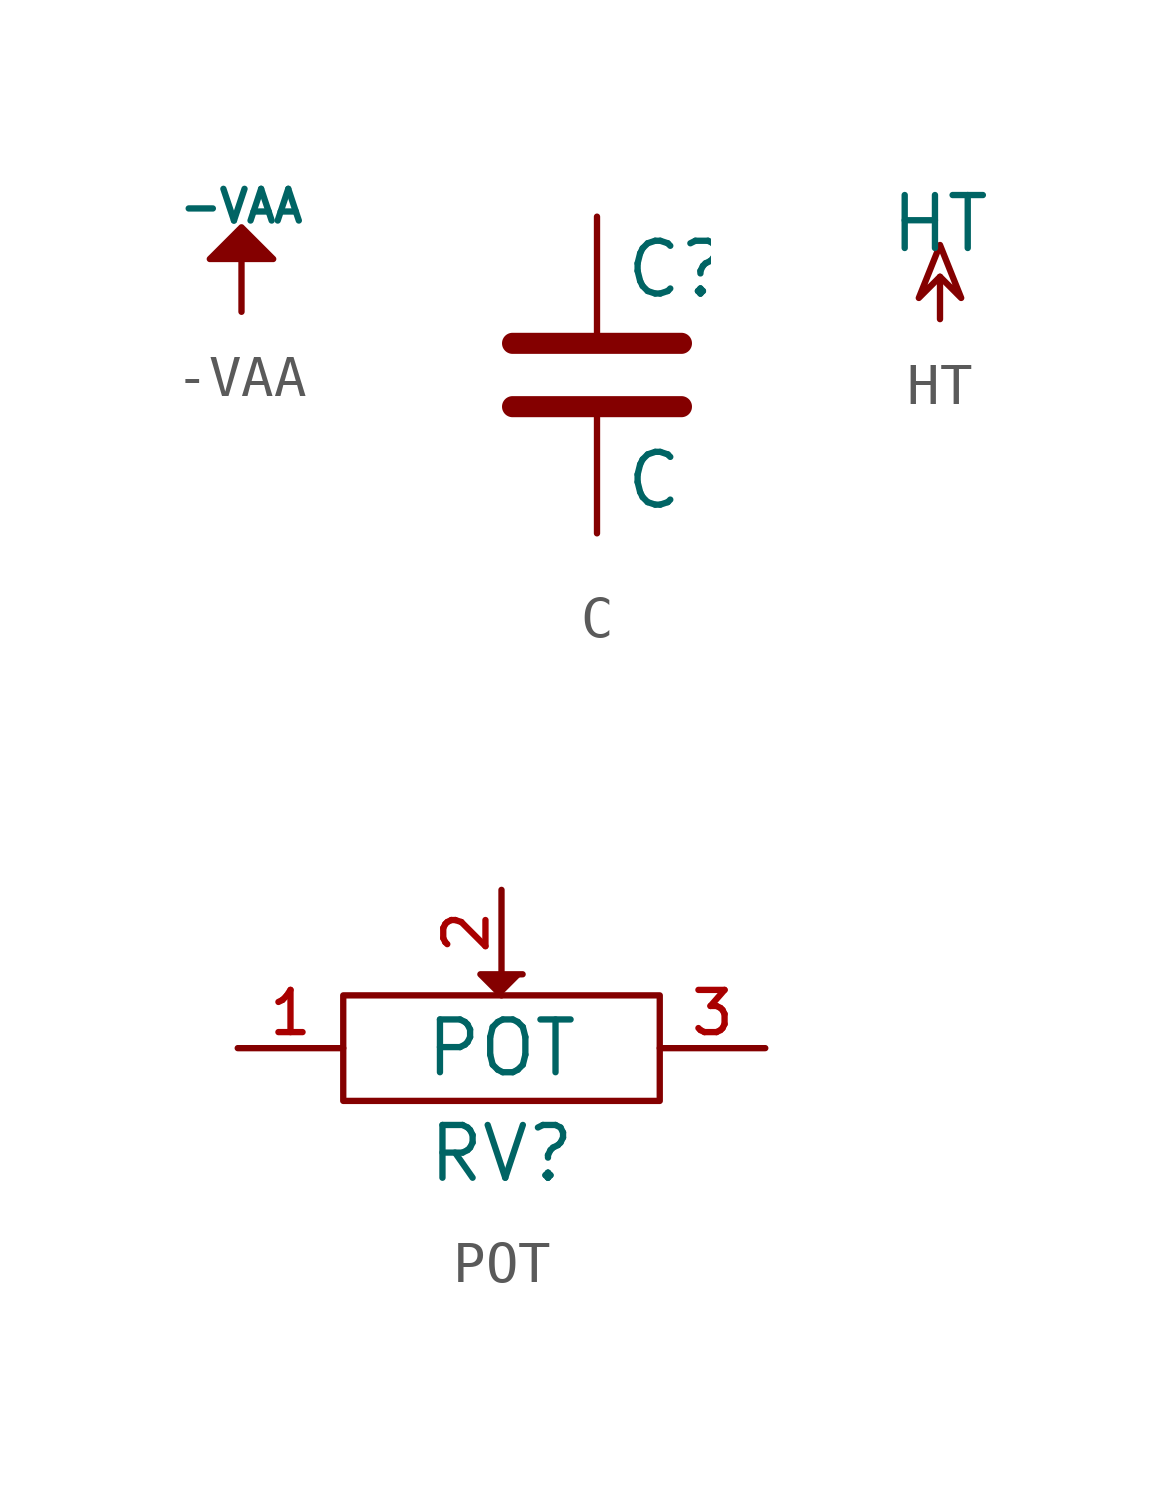
<source format=kicad_sym>
(kicad_symbol_lib
  (version 20201005)
  (generator kicad_symbol_editor)
  (symbol "complex_hierarchy_schlib:-VAA"
    (power)
    (pin_names
      (offset 0))
    (property "Reference" "#PWR"
      (at 0 2.54 0)
      (effects (font (size 0.508 0.508)) hide))
    (property "Value" "-VAA"
      (at 0 2.54 0)
      (effects (font (size 0.762 0.762))))
    (property "Footprint" ""
      (at 0 0 0)
      (effects (font (size 1.524 1.524))))
    (property "Datasheet" ""
      (at 0 0 0)
      (effects (font (size 1.524 1.524))))
    (symbol "-VAA_0_1"
      (polyline (pts (xy 0 0) (xy 0 1.27) (xy 0 1.27)) (stroke (width 0)) (fill (type none)))
      (polyline (pts (xy 0 2.032) (xy 0.762 1.27) (xy -0.508 1.27) (xy -0.762 1.27) (xy 0 2.032) (xy 0 2.032) (xy 0 2.032)) (stroke (width 0)) (fill (type outline))))
    (symbol "-VAA_0_0"
      (pin power_in line (at 0 0 90) (length 0) hide (name "-VAA" (effects (font (size 0.508 0.508)))) (number "1" (effects (font (size 0.508 0.508)))))))
  (symbol "complex_hierarchy_schlib:C"
    (pin_numbers hide)
    (pin_names
      (offset 0.254))
    (property "Reference" "C"
      (at 0.635 2.54 0)
      (effects (font (size 1.27 1.27)) (justify left)))
    (property "Value" "C"
      (at 0.635 -2.54 0)
      (effects (font (size 1.27 1.27)) (justify left)))
    (property "Footprint" ""
      (at 0.965 -3.81 0)
      (effects (font (size 0.762 0.762))))
    (property "Datasheet" ""
      (at 0 0 0)
      (effects (font (size 1.524 1.524))))
    (symbol "C_0_1"
      (polyline (pts (xy -2.032 -0.762) (xy 2.032 -0.762)) (stroke (width 0.508)) (fill (type none)))
      (polyline (pts (xy -2.032 0.762) (xy 2.032 0.762)) (stroke (width 0.508)) (fill (type none))))
    (symbol "C_1_1"
      (pin passive line (at 0 3.81 270) (length 2.794) (name "~" (effects (font (size 1.016 1.016)))) (number "1" (effects (font (size 1.016 1.016)))))
      (pin passive line (at 0 -3.81 90) (length 2.794) (name "~" (effects (font (size 1.016 1.016)))) (number "2" (effects (font (size 1.016 1.016)))))))
  (symbol "complex_hierarchy_schlib:HT"
    (power)
    (pin_names
      (offset 0))
    (property "Reference" "#PWR"
      (at 0 3.048 0)
      (effects (font (size 1.27 1.27)) hide))
    (property "Value" "HT"
      (at 0 2.286 0)
      (effects (font (size 1.27 1.27))))
    (property "Footprint" ""
      (at 0 0 0)
      (effects (font (size 1.524 1.524))))
    (property "Datasheet" ""
      (at 0 0 0)
      (effects (font (size 1.524 1.524))))
    (symbol "HT_0_1"
      (polyline (pts (xy 0 0) (xy 0 1.016) (xy 0 1.016)) (stroke (width 0)) (fill (type none)))
      (polyline (pts (xy 0 1.016) (xy 0.508 0.508) (xy 0 1.778) (xy -0.508 0.508) (xy 0 1.016) (xy 0 1.016)) (stroke (width 0)) (fill (type none))))
    (symbol "HT_0_0"
      (pin power_in line (at 0 0 90) (length 0) hide (name "HT" (effects (font (size 0.508 0.508)))) (number "1" (effects (font (size 0.508 0.508)))))))
  (symbol "complex_hierarchy_schlib:POT"
    (pin_names
      (offset 1.016) hide)
    (property "Reference" "RV"
      (at 0 -2.54 0)
      (effects (font (size 1.27 1.27))))
    (property "Value" "POT"
      (at 0 0 0)
      (effects (font (size 1.27 1.27))))
    (property "Footprint" ""
      (at 0 0 0)
      (effects (font (size 1.524 1.524))))
    (property "Datasheet" ""
      (at 0 0 0)
      (effects (font (size 1.524 1.524))))
    (symbol "POT_0_1"
      (rectangle (start -3.81 1.27) (end 3.81 -1.27) (stroke (width 0)) (fill (type none)))
      (polyline (pts (xy 0 1.27) (xy -0.508 1.778) (xy 0.508 1.778)) (stroke (width 0)) (fill (type outline))))
    (symbol "POT_1_1"
      (pin passive line (at -6.35 0 0) (length 2.54) (name "1" (effects (font (size 1.016 1.016)))) (number "1" (effects (font (size 1.016 1.016)))))
      (pin passive line (at 0 3.81 270) (length 2.032) (name "2" (effects (font (size 1.016 1.016)))) (number "2" (effects (font (size 1.016 1.016)))))
      (pin passive line (at 6.35 0 180) (length 2.54) (name "3" (effects (font (size 1.016 1.016)))) (number "3" (effects (font (size 1.016 1.016))))))))
</source>
